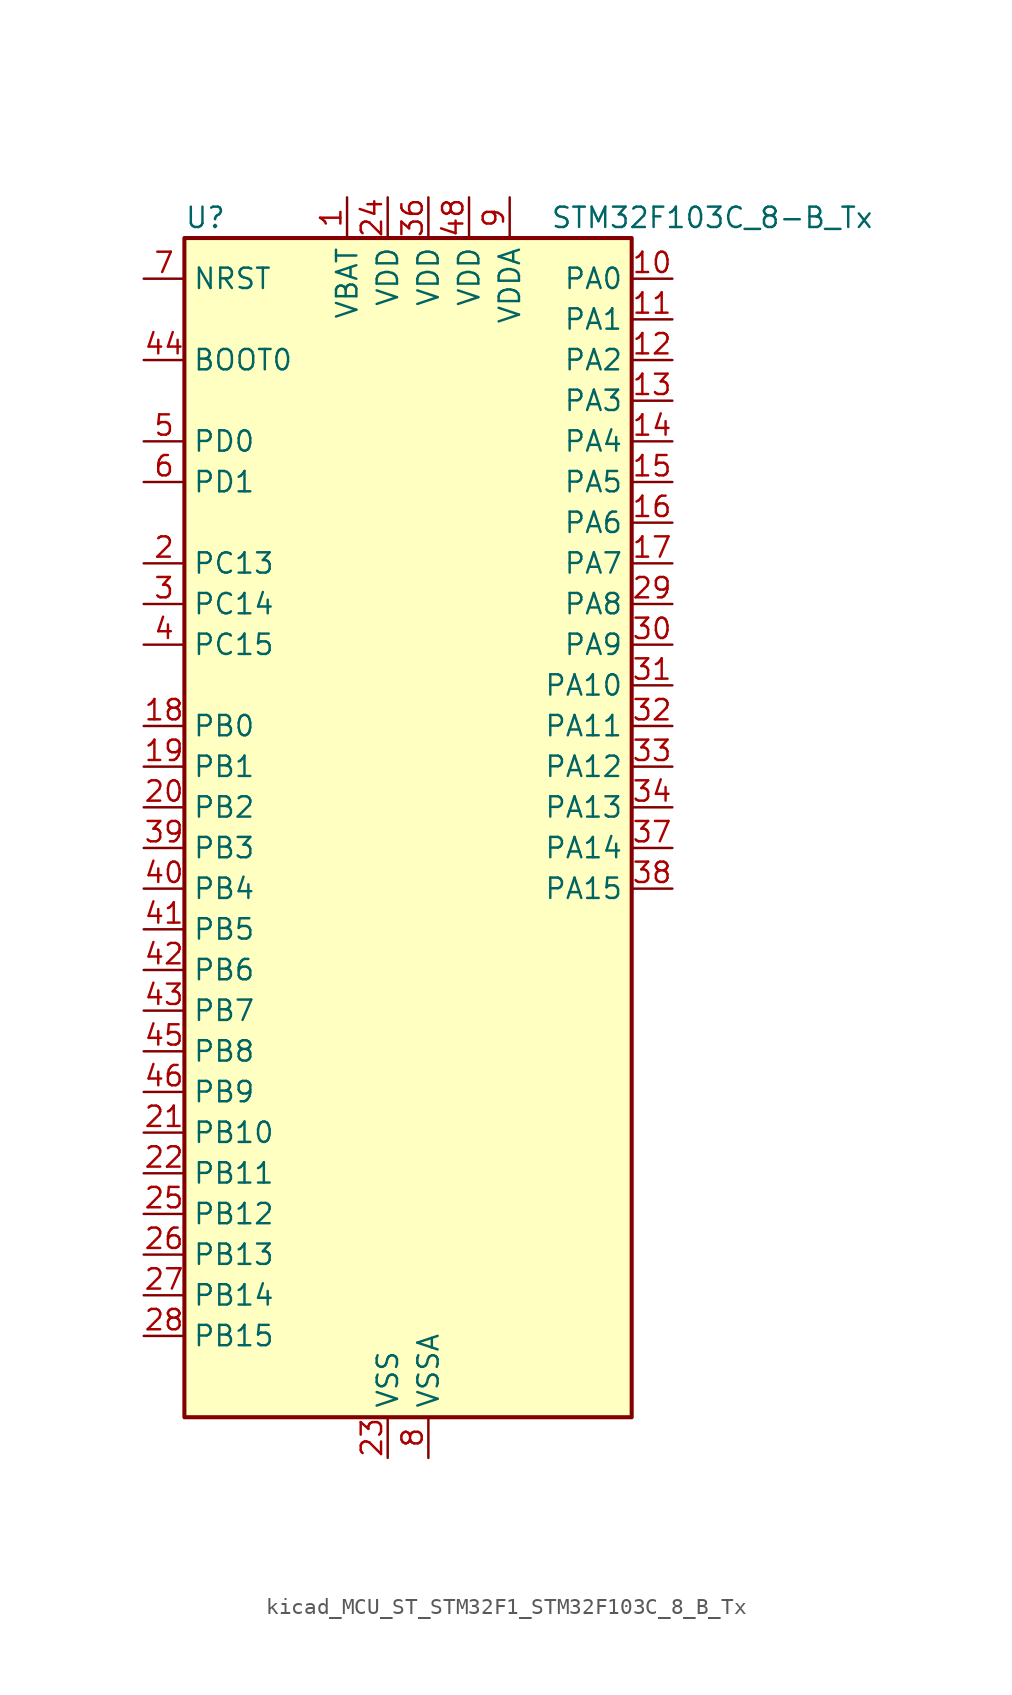
<source format=kicad_sym>
(kicad_symbol_lib
  (version 20220914)
  (generator kicad_symbol_editor)
  (symbol "kicad_MCU_ST_STM32F1_STM32F103C_8_B_Tx"
    (property "Reference" "U"
      (at -12.7 39.37 0)
      (effects (font (size 1.27 1.27)) (justify left)))
    (property "Value" "STM32F103C_8-B_Tx"
      (at 10.16 39.37 0)
      (effects (font (size 1.27 1.27)) (justify left)))
    (property "ki_locked" ""
      (at 0 0 0)
      (effects (font (size 1.27 1.27))))
    (symbol "kicad_MCU_ST_STM32F1_STM32F103C_8_B_Tx_0_1"
      (rectangle (start -12.7 -35.56) (end 15.24 38.1) (stroke (width 0.254) (type default)) (fill (type background))))
    (symbol "kicad_MCU_ST_STM32F1_STM32F103C_8_B_Tx_1_1"
      (pin power_in line (at -2.54 40.64 270) (length 2.54) (name "VBAT" (effects (font (size 1.27 1.27)))) (number "1" (effects (font (size 1.27 1.27)))))
      (pin bidirectional line (at 17.78 35.56 180) (length 2.54) (name "PA0" (effects (font (size 1.27 1.27)))) (number "10" (effects (font (size 1.27 1.27)))) (alternate "ADC1_IN0" bidirectional line) (alternate "ADC2_IN0" bidirectional line) (alternate "SYS_WKUP" bidirectional line) (alternate "TIM2_CH1" bidirectional line) (alternate "TIM2_ETR" bidirectional line) (alternate "USART2_CTS" bidirectional line))
      (pin bidirectional line (at 17.78 33.02 180) (length 2.54) (name "PA1" (effects (font (size 1.27 1.27)))) (number "11" (effects (font (size 1.27 1.27)))) (alternate "ADC1_IN1" bidirectional line) (alternate "ADC2_IN1" bidirectional line) (alternate "TIM2_CH2" bidirectional line) (alternate "USART2_RTS" bidirectional line))
      (pin bidirectional line (at 17.78 30.48 180) (length 2.54) (name "PA2" (effects (font (size 1.27 1.27)))) (number "12" (effects (font (size 1.27 1.27)))) (alternate "ADC1_IN2" bidirectional line) (alternate "ADC2_IN2" bidirectional line) (alternate "TIM2_CH3" bidirectional line) (alternate "USART2_TX" bidirectional line))
      (pin bidirectional line (at 17.78 27.94 180) (length 2.54) (name "PA3" (effects (font (size 1.27 1.27)))) (number "13" (effects (font (size 1.27 1.27)))) (alternate "ADC1_IN3" bidirectional line) (alternate "ADC2_IN3" bidirectional line) (alternate "TIM2_CH4" bidirectional line) (alternate "USART2_RX" bidirectional line))
      (pin bidirectional line (at 17.78 25.4 180) (length 2.54) (name "PA4" (effects (font (size 1.27 1.27)))) (number "14" (effects (font (size 1.27 1.27)))) (alternate "ADC1_IN4" bidirectional line) (alternate "ADC2_IN4" bidirectional line) (alternate "SPI1_NSS" bidirectional line) (alternate "USART2_CK" bidirectional line))
      (pin bidirectional line (at 17.78 22.86 180) (length 2.54) (name "PA5" (effects (font (size 1.27 1.27)))) (number "15" (effects (font (size 1.27 1.27)))) (alternate "ADC1_IN5" bidirectional line) (alternate "ADC2_IN5" bidirectional line) (alternate "SPI1_SCK" bidirectional line))
      (pin bidirectional line (at 17.78 20.32 180) (length 2.54) (name "PA6" (effects (font (size 1.27 1.27)))) (number "16" (effects (font (size 1.27 1.27)))) (alternate "ADC1_IN6" bidirectional line) (alternate "ADC2_IN6" bidirectional line) (alternate "SPI1_MISO" bidirectional line) (alternate "TIM1_BKIN" bidirectional line) (alternate "TIM3_CH1" bidirectional line))
      (pin bidirectional line (at 17.78 17.78 180) (length 2.54) (name "PA7" (effects (font (size 1.27 1.27)))) (number "17" (effects (font (size 1.27 1.27)))) (alternate "ADC1_IN7" bidirectional line) (alternate "ADC2_IN7" bidirectional line) (alternate "SPI1_MOSI" bidirectional line) (alternate "TIM1_CH1N" bidirectional line) (alternate "TIM3_CH2" bidirectional line))
      (pin bidirectional line (at -15.24 7.62 0) (length 2.54) (name "PB0" (effects (font (size 1.27 1.27)))) (number "18" (effects (font (size 1.27 1.27)))) (alternate "ADC1_IN8" bidirectional line) (alternate "ADC2_IN8" bidirectional line) (alternate "TIM1_CH2N" bidirectional line) (alternate "TIM3_CH3" bidirectional line))
      (pin bidirectional line (at -15.24 5.08 0) (length 2.54) (name "PB1" (effects (font (size 1.27 1.27)))) (number "19" (effects (font (size 1.27 1.27)))) (alternate "ADC1_IN9" bidirectional line) (alternate "ADC2_IN9" bidirectional line) (alternate "TIM1_CH3N" bidirectional line) (alternate "TIM3_CH4" bidirectional line))
      (pin bidirectional line (at -15.24 17.78 0) (length 2.54) (name "PC13" (effects (font (size 1.27 1.27)))) (number "2" (effects (font (size 1.27 1.27)))) (alternate "RTC_OUT" bidirectional line) (alternate "RTC_TAMPER" bidirectional line))
      (pin bidirectional line (at -15.24 2.54 0) (length 2.54) (name "PB2" (effects (font (size 1.27 1.27)))) (number "20" (effects (font (size 1.27 1.27)))))
      (pin bidirectional line (at -15.24 -17.78 0) (length 2.54) (name "PB10" (effects (font (size 1.27 1.27)))) (number "21" (effects (font (size 1.27 1.27)))) (alternate "I2C2_SCL" bidirectional line) (alternate "TIM2_CH3" bidirectional line) (alternate "USART3_TX" bidirectional line))
      (pin bidirectional line (at -15.24 -20.32 0) (length 2.54) (name "PB11" (effects (font (size 1.27 1.27)))) (number "22" (effects (font (size 1.27 1.27)))) (alternate "ADC1_EXTI11" bidirectional line) (alternate "ADC2_EXTI11" bidirectional line) (alternate "I2C2_SDA" bidirectional line) (alternate "TIM2_CH4" bidirectional line) (alternate "USART3_RX" bidirectional line))
      (pin power_in line (at 0 -38.1 90) (length 2.54) (name "VSS" (effects (font (size 1.27 1.27)))) (number "23" (effects (font (size 1.27 1.27)))))
      (pin power_in line (at 0 40.64 270) (length 2.54) (name "VDD" (effects (font (size 1.27 1.27)))) (number "24" (effects (font (size 1.27 1.27)))))
      (pin bidirectional line (at -15.24 -22.86 0) (length 2.54) (name "PB12" (effects (font (size 1.27 1.27)))) (number "25" (effects (font (size 1.27 1.27)))) (alternate "I2C2_SMBA" bidirectional line) (alternate "SPI2_NSS" bidirectional line) (alternate "TIM1_BKIN" bidirectional line) (alternate "USART3_CK" bidirectional line))
      (pin bidirectional line (at -15.24 -25.4 0) (length 2.54) (name "PB13" (effects (font (size 1.27 1.27)))) (number "26" (effects (font (size 1.27 1.27)))) (alternate "SPI2_SCK" bidirectional line) (alternate "TIM1_CH1N" bidirectional line) (alternate "USART3_CTS" bidirectional line))
      (pin bidirectional line (at -15.24 -27.94 0) (length 2.54) (name "PB14" (effects (font (size 1.27 1.27)))) (number "27" (effects (font (size 1.27 1.27)))) (alternate "SPI2_MISO" bidirectional line) (alternate "TIM1_CH2N" bidirectional line) (alternate "USART3_RTS" bidirectional line))
      (pin bidirectional line (at -15.24 -30.48 0) (length 2.54) (name "PB15" (effects (font (size 1.27 1.27)))) (number "28" (effects (font (size 1.27 1.27)))) (alternate "ADC1_EXTI15" bidirectional line) (alternate "ADC2_EXTI15" bidirectional line) (alternate "SPI2_MOSI" bidirectional line) (alternate "TIM1_CH3N" bidirectional line))
      (pin bidirectional line (at 17.78 15.24 180) (length 2.54) (name "PA8" (effects (font (size 1.27 1.27)))) (number "29" (effects (font (size 1.27 1.27)))) (alternate "RCC_MCO" bidirectional line) (alternate "TIM1_CH1" bidirectional line) (alternate "USART1_CK" bidirectional line))
      (pin bidirectional line (at -15.24 15.24 0) (length 2.54) (name "PC14" (effects (font (size 1.27 1.27)))) (number "3" (effects (font (size 1.27 1.27)))) (alternate "RCC_OSC32_IN" bidirectional line))
      (pin bidirectional line (at 17.78 12.7 180) (length 2.54) (name "PA9" (effects (font (size 1.27 1.27)))) (number "30" (effects (font (size 1.27 1.27)))) (alternate "TIM1_CH2" bidirectional line) (alternate "USART1_TX" bidirectional line))
      (pin bidirectional line (at 17.78 10.16 180) (length 2.54) (name "PA10" (effects (font (size 1.27 1.27)))) (number "31" (effects (font (size 1.27 1.27)))) (alternate "TIM1_CH3" bidirectional line) (alternate "USART1_RX" bidirectional line))
      (pin bidirectional line (at 17.78 7.62 180) (length 2.54) (name "PA11" (effects (font (size 1.27 1.27)))) (number "32" (effects (font (size 1.27 1.27)))) (alternate "ADC1_EXTI11" bidirectional line) (alternate "ADC2_EXTI11" bidirectional line) (alternate "CAN_RX" bidirectional line) (alternate "TIM1_CH4" bidirectional line) (alternate "USART1_CTS" bidirectional line) (alternate "USB_DM" bidirectional line))
      (pin bidirectional line (at 17.78 5.08 180) (length 2.54) (name "PA12" (effects (font (size 1.27 1.27)))) (number "33" (effects (font (size 1.27 1.27)))) (alternate "CAN_TX" bidirectional line) (alternate "TIM1_ETR" bidirectional line) (alternate "USART1_RTS" bidirectional line) (alternate "USB_DP" bidirectional line))
      (pin bidirectional line (at 17.78 2.54 180) (length 2.54) (name "PA13" (effects (font (size 1.27 1.27)))) (number "34" (effects (font (size 1.27 1.27)))) (alternate "SYS_JTMS-SWDIO" bidirectional line))
      (pin passive line (at 0 -38.1 90) (length 2.54) hide (name "VSS" (effects (font (size 1.27 1.27)))) (number "35" (effects (font (size 1.27 1.27)))))
      (pin power_in line (at 2.54 40.64 270) (length 2.54) (name "VDD" (effects (font (size 1.27 1.27)))) (number "36" (effects (font (size 1.27 1.27)))))
      (pin bidirectional line (at 17.78 0 180) (length 2.54) (name "PA14" (effects (font (size 1.27 1.27)))) (number "37" (effects (font (size 1.27 1.27)))) (alternate "SYS_JTCK-SWCLK" bidirectional line))
      (pin bidirectional line (at 17.78 -2.54 180) (length 2.54) (name "PA15" (effects (font (size 1.27 1.27)))) (number "38" (effects (font (size 1.27 1.27)))) (alternate "ADC1_EXTI15" bidirectional line) (alternate "ADC2_EXTI15" bidirectional line) (alternate "SPI1_NSS" bidirectional line) (alternate "SYS_JTDI" bidirectional line) (alternate "TIM2_CH1" bidirectional line) (alternate "TIM2_ETR" bidirectional line))
      (pin bidirectional line (at -15.24 0 0) (length 2.54) (name "PB3" (effects (font (size 1.27 1.27)))) (number "39" (effects (font (size 1.27 1.27)))) (alternate "SPI1_SCK" bidirectional line) (alternate "SYS_JTDO-TRACESWO" bidirectional line) (alternate "TIM2_CH2" bidirectional line))
      (pin bidirectional line (at -15.24 12.7 0) (length 2.54) (name "PC15" (effects (font (size 1.27 1.27)))) (number "4" (effects (font (size 1.27 1.27)))) (alternate "ADC1_EXTI15" bidirectional line) (alternate "ADC2_EXTI15" bidirectional line) (alternate "RCC_OSC32_OUT" bidirectional line))
      (pin bidirectional line (at -15.24 -2.54 0) (length 2.54) (name "PB4" (effects (font (size 1.27 1.27)))) (number "40" (effects (font (size 1.27 1.27)))) (alternate "SPI1_MISO" bidirectional line) (alternate "SYS_NJTRST" bidirectional line) (alternate "TIM3_CH1" bidirectional line))
      (pin bidirectional line (at -15.24 -5.08 0) (length 2.54) (name "PB5" (effects (font (size 1.27 1.27)))) (number "41" (effects (font (size 1.27 1.27)))) (alternate "I2C1_SMBA" bidirectional line) (alternate "SPI1_MOSI" bidirectional line) (alternate "TIM3_CH2" bidirectional line))
      (pin bidirectional line (at -15.24 -7.62 0) (length 2.54) (name "PB6" (effects (font (size 1.27 1.27)))) (number "42" (effects (font (size 1.27 1.27)))) (alternate "I2C1_SCL" bidirectional line) (alternate "TIM4_CH1" bidirectional line) (alternate "USART1_TX" bidirectional line))
      (pin bidirectional line (at -15.24 -10.16 0) (length 2.54) (name "PB7" (effects (font (size 1.27 1.27)))) (number "43" (effects (font (size 1.27 1.27)))) (alternate "I2C1_SDA" bidirectional line) (alternate "TIM4_CH2" bidirectional line) (alternate "USART1_RX" bidirectional line))
      (pin input line (at -15.24 30.48 0) (length 2.54) (name "BOOT0" (effects (font (size 1.27 1.27)))) (number "44" (effects (font (size 1.27 1.27)))))
      (pin bidirectional line (at -15.24 -12.7 0) (length 2.54) (name "PB8" (effects (font (size 1.27 1.27)))) (number "45" (effects (font (size 1.27 1.27)))) (alternate "CAN_RX" bidirectional line) (alternate "I2C1_SCL" bidirectional line) (alternate "TIM4_CH3" bidirectional line))
      (pin bidirectional line (at -15.24 -15.24 0) (length 2.54) (name "PB9" (effects (font (size 1.27 1.27)))) (number "46" (effects (font (size 1.27 1.27)))) (alternate "CAN_TX" bidirectional line) (alternate "I2C1_SDA" bidirectional line) (alternate "TIM4_CH4" bidirectional line))
      (pin passive line (at 0 -38.1 90) (length 2.54) hide (name "VSS" (effects (font (size 1.27 1.27)))) (number "47" (effects (font (size 1.27 1.27)))))
      (pin power_in line (at 5.08 40.64 270) (length 2.54) (name "VDD" (effects (font (size 1.27 1.27)))) (number "48" (effects (font (size 1.27 1.27)))))
      (pin bidirectional line (at -15.24 25.4 0) (length 2.54) (name "PD0" (effects (font (size 1.27 1.27)))) (number "5" (effects (font (size 1.27 1.27)))) (alternate "RCC_OSC_IN" bidirectional line))
      (pin bidirectional line (at -15.24 22.86 0) (length 2.54) (name "PD1" (effects (font (size 1.27 1.27)))) (number "6" (effects (font (size 1.27 1.27)))) (alternate "RCC_OSC_OUT" bidirectional line))
      (pin input line (at -15.24 35.56 0) (length 2.54) (name "NRST" (effects (font (size 1.27 1.27)))) (number "7" (effects (font (size 1.27 1.27)))))
      (pin power_in line (at 2.54 -38.1 90) (length 2.54) (name "VSSA" (effects (font (size 1.27 1.27)))) (number "8" (effects (font (size 1.27 1.27)))))
      (pin power_in line (at 7.62 40.64 270) (length 2.54) (name "VDDA" (effects (font (size 1.27 1.27)))) (number "9" (effects (font (size 1.27 1.27))))))))
</source>
